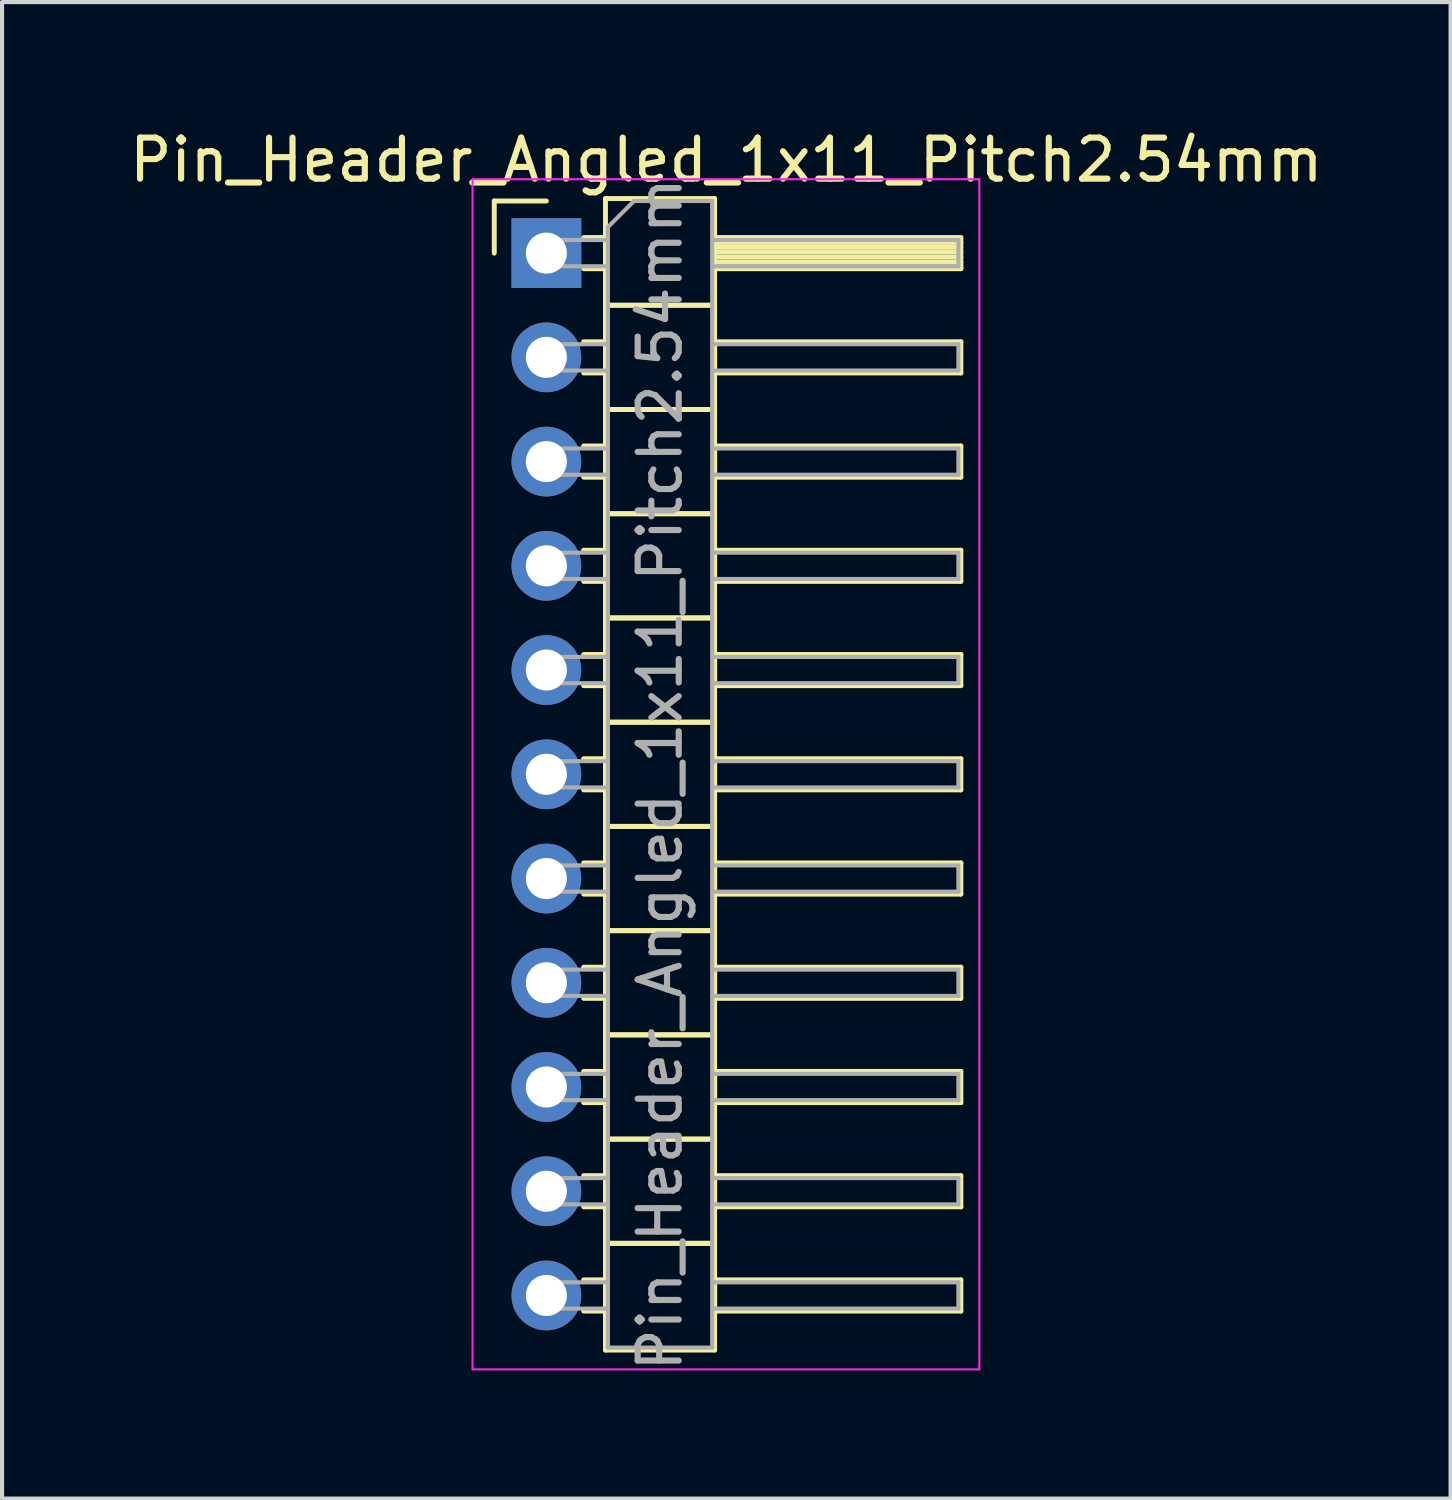
<source format=kicad_pcb>
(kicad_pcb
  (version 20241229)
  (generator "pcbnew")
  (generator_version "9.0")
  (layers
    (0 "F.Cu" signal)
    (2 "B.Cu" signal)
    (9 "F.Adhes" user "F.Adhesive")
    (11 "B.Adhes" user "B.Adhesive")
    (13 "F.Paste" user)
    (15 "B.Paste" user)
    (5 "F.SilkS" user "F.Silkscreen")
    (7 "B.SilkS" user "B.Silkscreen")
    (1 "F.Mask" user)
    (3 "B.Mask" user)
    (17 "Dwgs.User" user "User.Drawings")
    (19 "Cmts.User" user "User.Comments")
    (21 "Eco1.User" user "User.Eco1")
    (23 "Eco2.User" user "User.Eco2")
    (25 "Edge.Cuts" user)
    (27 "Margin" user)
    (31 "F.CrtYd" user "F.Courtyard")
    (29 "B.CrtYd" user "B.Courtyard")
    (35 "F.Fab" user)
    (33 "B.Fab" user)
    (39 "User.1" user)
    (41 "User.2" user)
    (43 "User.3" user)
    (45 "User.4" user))
  (footprint "Pin_Header_Angled_1x11_Pitch2.54mm"
    (layer "F.Cu")
    (at 10.264 3.118)
    (property "Reference" "Pin_Header_Angled_1x11_Pitch2.54mm" (at 4.385 -2.27 0) (layer "F.SilkS") (effects (font (size 1 1) (thickness 0.15))))
    (attr through_hole)
    (fp_line (start -1.27 -1.27) (end 0 -1.27) (stroke (width 0.12) (type solid)) (layer "F.SilkS"))
    (fp_line (start -1.27 0) (end -1.27 -1.27) (stroke (width 0.12) (type solid)) (layer "F.SilkS"))
    (fp_line (start 0.91 -0.38) (end 1.44 -0.38) (stroke (width 0.12) (type solid)) (layer "F.SilkS"))
    (fp_line (start 0.91 0.38) (end 1.44 0.38) (stroke (width 0.12) (type solid)) (layer "F.SilkS"))
    (fp_line (start 0.91 2.16) (end 1.44 2.16) (stroke (width 0.12) (type solid)) (layer "F.SilkS"))
    (fp_line (start 0.91 2.92) (end 1.44 2.92) (stroke (width 0.12) (type solid)) (layer "F.SilkS"))
    (fp_line (start 0.91 4.7) (end 1.44 4.7) (stroke (width 0.12) (type solid)) (layer "F.SilkS"))
    (fp_line (start 0.91 5.46) (end 1.44 5.46) (stroke (width 0.12) (type solid)) (layer "F.SilkS"))
    (fp_line (start 0.91 7.24) (end 1.44 7.24) (stroke (width 0.12) (type solid)) (layer "F.SilkS"))
    (fp_line (start 0.91 8) (end 1.44 8) (stroke (width 0.12) (type solid)) (layer "F.SilkS"))
    (fp_line (start 0.91 9.78) (end 1.44 9.78) (stroke (width 0.12) (type solid)) (layer "F.SilkS"))
    (fp_line (start 0.91 10.54) (end 1.44 10.54) (stroke (width 0.12) (type solid)) (layer "F.SilkS"))
    (fp_line (start 0.91 12.32) (end 1.44 12.32) (stroke (width 0.12) (type solid)) (layer "F.SilkS"))
    (fp_line (start 0.91 13.08) (end 1.44 13.08) (stroke (width 0.12) (type solid)) (layer "F.SilkS"))
    (fp_line (start 0.91 14.86) (end 1.44 14.86) (stroke (width 0.12) (type solid)) (layer "F.SilkS"))
    (fp_line (start 0.91 15.62) (end 1.44 15.62) (stroke (width 0.12) (type solid)) (layer "F.SilkS"))
    (fp_line (start 0.91 17.4) (end 1.44 17.4) (stroke (width 0.12) (type solid)) (layer "F.SilkS"))
    (fp_line (start 0.91 18.16) (end 1.44 18.16) (stroke (width 0.12) (type solid)) (layer "F.SilkS"))
    (fp_line (start 0.91 19.94) (end 1.44 19.94) (stroke (width 0.12) (type solid)) (layer "F.SilkS"))
    (fp_line (start 0.91 20.7) (end 1.44 20.7) (stroke (width 0.12) (type solid)) (layer "F.SilkS"))
    (fp_line (start 0.91 22.48) (end 1.44 22.48) (stroke (width 0.12) (type solid)) (layer "F.SilkS"))
    (fp_line (start 0.91 23.24) (end 1.44 23.24) (stroke (width 0.12) (type solid)) (layer "F.SilkS"))
    (fp_line (start 0.91 25.02) (end 1.44 25.02) (stroke (width 0.12) (type solid)) (layer "F.SilkS"))
    (fp_line (start 0.91 25.78) (end 1.44 25.78) (stroke (width 0.12) (type solid)) (layer "F.SilkS"))
    (fp_line (start 1.44 -1.33) (end 1.44 1.27) (stroke (width 0.12) (type solid)) (layer "F.SilkS"))
    (fp_line (start 1.44 1.27) (end 1.44 3.81) (stroke (width 0.12) (type solid)) (layer "F.SilkS"))
    (fp_line (start 1.44 1.27) (end 4.1 1.27) (stroke (width 0.12) (type solid)) (layer "F.SilkS"))
    (fp_line (start 1.44 3.81) (end 1.44 6.35) (stroke (width 0.12) (type solid)) (layer "F.SilkS"))
    (fp_line (start 1.44 3.81) (end 4.1 3.81) (stroke (width 0.12) (type solid)) (layer "F.SilkS"))
    (fp_line (start 1.44 6.35) (end 1.44 8.89) (stroke (width 0.12) (type solid)) (layer "F.SilkS"))
    (fp_line (start 1.44 6.35) (end 4.1 6.35) (stroke (width 0.12) (type solid)) (layer "F.SilkS"))
    (fp_line (start 1.44 8.89) (end 1.44 11.43) (stroke (width 0.12) (type solid)) (layer "F.SilkS"))
    (fp_line (start 1.44 8.89) (end 4.1 8.89) (stroke (width 0.12) (type solid)) (layer "F.SilkS"))
    (fp_line (start 1.44 11.43) (end 1.44 13.97) (stroke (width 0.12) (type solid)) (layer "F.SilkS"))
    (fp_line (start 1.44 11.43) (end 4.1 11.43) (stroke (width 0.12) (type solid)) (layer "F.SilkS"))
    (fp_line (start 1.44 13.97) (end 1.44 16.51) (stroke (width 0.12) (type solid)) (layer "F.SilkS"))
    (fp_line (start 1.44 13.97) (end 4.1 13.97) (stroke (width 0.12) (type solid)) (layer "F.SilkS"))
    (fp_line (start 1.44 16.51) (end 1.44 19.05) (stroke (width 0.12) (type solid)) (layer "F.SilkS"))
    (fp_line (start 1.44 16.51) (end 4.1 16.51) (stroke (width 0.12) (type solid)) (layer "F.SilkS"))
    (fp_line (start 1.44 19.05) (end 1.44 21.59) (stroke (width 0.12) (type solid)) (layer "F.SilkS"))
    (fp_line (start 1.44 19.05) (end 4.1 19.05) (stroke (width 0.12) (type solid)) (layer "F.SilkS"))
    (fp_line (start 1.44 21.59) (end 1.44 24.13) (stroke (width 0.12) (type solid)) (layer "F.SilkS"))
    (fp_line (start 1.44 21.59) (end 4.1 21.59) (stroke (width 0.12) (type solid)) (layer "F.SilkS"))
    (fp_line (start 1.44 24.13) (end 1.44 26.73) (stroke (width 0.12) (type solid)) (layer "F.SilkS"))
    (fp_line (start 1.44 24.13) (end 4.1 24.13) (stroke (width 0.12) (type solid)) (layer "F.SilkS"))
    (fp_line (start 1.44 26.73) (end 4.1 26.73) (stroke (width 0.12) (type solid)) (layer "F.SilkS"))
    (fp_line (start 4.1 -1.33) (end 1.44 -1.33) (stroke (width 0.12) (type solid)) (layer "F.SilkS"))
    (fp_line (start 4.1 -0.38) (end 4.1 0.38) (stroke (width 0.12) (type solid)) (layer "F.SilkS"))
    (fp_line (start 4.1 -0.26) (end 10.1 -0.26) (stroke (width 0.12) (type solid)) (layer "F.SilkS"))
    (fp_line (start 4.1 -0.14) (end 10.1 -0.14) (stroke (width 0.12) (type solid)) (layer "F.SilkS"))
    (fp_line (start 4.1 -0.02) (end 10.1 -0.02) (stroke (width 0.12) (type solid)) (layer "F.SilkS"))
    (fp_line (start 4.1 0.1) (end 10.1 0.1) (stroke (width 0.12) (type solid)) (layer "F.SilkS"))
    (fp_line (start 4.1 0.22) (end 10.1 0.22) (stroke (width 0.12) (type solid)) (layer "F.SilkS"))
    (fp_line (start 4.1 0.34) (end 10.1 0.34) (stroke (width 0.12) (type solid)) (layer "F.SilkS"))
    (fp_line (start 4.1 0.38) (end 10.1 0.38) (stroke (width 0.12) (type solid)) (layer "F.SilkS"))
    (fp_line (start 4.1 1.27) (end 1.44 1.27) (stroke (width 0.12) (type solid)) (layer "F.SilkS"))
    (fp_line (start 4.1 1.27) (end 4.1 -1.33) (stroke (width 0.12) (type solid)) (layer "F.SilkS"))
    (fp_line (start 4.1 2.16) (end 4.1 2.92) (stroke (width 0.12) (type solid)) (layer "F.SilkS"))
    (fp_line (start 4.1 2.92) (end 10.1 2.92) (stroke (width 0.12) (type solid)) (layer "F.SilkS"))
    (fp_line (start 4.1 3.81) (end 1.44 3.81) (stroke (width 0.12) (type solid)) (layer "F.SilkS"))
    (fp_line (start 4.1 3.81) (end 4.1 1.27) (stroke (width 0.12) (type solid)) (layer "F.SilkS"))
    (fp_line (start 4.1 4.7) (end 4.1 5.46) (stroke (width 0.12) (type solid)) (layer "F.SilkS"))
    (fp_line (start 4.1 5.46) (end 10.1 5.46) (stroke (width 0.12) (type solid)) (layer "F.SilkS"))
    (fp_line (start 4.1 6.35) (end 1.44 6.35) (stroke (width 0.12) (type solid)) (layer "F.SilkS"))
    (fp_line (start 4.1 6.35) (end 4.1 3.81) (stroke (width 0.12) (type solid)) (layer "F.SilkS"))
    (fp_line (start 4.1 7.24) (end 4.1 8) (stroke (width 0.12) (type solid)) (layer "F.SilkS"))
    (fp_line (start 4.1 8) (end 10.1 8) (stroke (width 0.12) (type solid)) (layer "F.SilkS"))
    (fp_line (start 4.1 8.89) (end 1.44 8.89) (stroke (width 0.12) (type solid)) (layer "F.SilkS"))
    (fp_line (start 4.1 8.89) (end 4.1 6.35) (stroke (width 0.12) (type solid)) (layer "F.SilkS"))
    (fp_line (start 4.1 9.78) (end 4.1 10.54) (stroke (width 0.12) (type solid)) (layer "F.SilkS"))
    (fp_line (start 4.1 10.54) (end 10.1 10.54) (stroke (width 0.12) (type solid)) (layer "F.SilkS"))
    (fp_line (start 4.1 11.43) (end 1.44 11.43) (stroke (width 0.12) (type solid)) (layer "F.SilkS"))
    (fp_line (start 4.1 11.43) (end 4.1 8.89) (stroke (width 0.12) (type solid)) (layer "F.SilkS"))
    (fp_line (start 4.1 12.32) (end 4.1 13.08) (stroke (width 0.12) (type solid)) (layer "F.SilkS"))
    (fp_line (start 4.1 13.08) (end 10.1 13.08) (stroke (width 0.12) (type solid)) (layer "F.SilkS"))
    (fp_line (start 4.1 13.97) (end 1.44 13.97) (stroke (width 0.12) (type solid)) (layer "F.SilkS"))
    (fp_line (start 4.1 13.97) (end 4.1 11.43) (stroke (width 0.12) (type solid)) (layer "F.SilkS"))
    (fp_line (start 4.1 14.86) (end 4.1 15.62) (stroke (width 0.12) (type solid)) (layer "F.SilkS"))
    (fp_line (start 4.1 15.62) (end 10.1 15.62) (stroke (width 0.12) (type solid)) (layer "F.SilkS"))
    (fp_line (start 4.1 16.51) (end 1.44 16.51) (stroke (width 0.12) (type solid)) (layer "F.SilkS"))
    (fp_line (start 4.1 16.51) (end 4.1 13.97) (stroke (width 0.12) (type solid)) (layer "F.SilkS"))
    (fp_line (start 4.1 17.4) (end 4.1 18.16) (stroke (width 0.12) (type solid)) (layer "F.SilkS"))
    (fp_line (start 4.1 18.16) (end 10.1 18.16) (stroke (width 0.12) (type solid)) (layer "F.SilkS"))
    (fp_line (start 4.1 19.05) (end 1.44 19.05) (stroke (width 0.12) (type solid)) (layer "F.SilkS"))
    (fp_line (start 4.1 19.05) (end 4.1 16.51) (stroke (width 0.12) (type solid)) (layer "F.SilkS"))
    (fp_line (start 4.1 19.94) (end 4.1 20.7) (stroke (width 0.12) (type solid)) (layer "F.SilkS"))
    (fp_line (start 4.1 20.7) (end 10.1 20.7) (stroke (width 0.12) (type solid)) (layer "F.SilkS"))
    (fp_line (start 4.1 21.59) (end 1.44 21.59) (stroke (width 0.12) (type solid)) (layer "F.SilkS"))
    (fp_line (start 4.1 21.59) (end 4.1 19.05) (stroke (width 0.12) (type solid)) (layer "F.SilkS"))
    (fp_line (start 4.1 22.48) (end 4.1 23.24) (stroke (width 0.12) (type solid)) (layer "F.SilkS"))
    (fp_line (start 4.1 23.24) (end 10.1 23.24) (stroke (width 0.12) (type solid)) (layer "F.SilkS"))
    (fp_line (start 4.1 24.13) (end 1.44 24.13) (stroke (width 0.12) (type solid)) (layer "F.SilkS"))
    (fp_line (start 4.1 24.13) (end 4.1 21.59) (stroke (width 0.12) (type solid)) (layer "F.SilkS"))
    (fp_line (start 4.1 25.02) (end 4.1 25.78) (stroke (width 0.12) (type solid)) (layer "F.SilkS"))
    (fp_line (start 4.1 25.78) (end 10.1 25.78) (stroke (width 0.12) (type solid)) (layer "F.SilkS"))
    (fp_line (start 4.1 26.73) (end 4.1 24.13) (stroke (width 0.12) (type solid)) (layer "F.SilkS"))
    (fp_line (start 10.1 -0.38) (end 4.1 -0.38) (stroke (width 0.12) (type solid)) (layer "F.SilkS"))
    (fp_line (start 10.1 0.38) (end 10.1 -0.38) (stroke (width 0.12) (type solid)) (layer "F.SilkS"))
    (fp_line (start 10.1 2.16) (end 4.1 2.16) (stroke (width 0.12) (type solid)) (layer "F.SilkS"))
    (fp_line (start 10.1 2.92) (end 10.1 2.16) (stroke (width 0.12) (type solid)) (layer "F.SilkS"))
    (fp_line (start 10.1 4.7) (end 4.1 4.7) (stroke (width 0.12) (type solid)) (layer "F.SilkS"))
    (fp_line (start 10.1 5.46) (end 10.1 4.7) (stroke (width 0.12) (type solid)) (layer "F.SilkS"))
    (fp_line (start 10.1 7.24) (end 4.1 7.24) (stroke (width 0.12) (type solid)) (layer "F.SilkS"))
    (fp_line (start 10.1 8) (end 10.1 7.24) (stroke (width 0.12) (type solid)) (layer "F.SilkS"))
    (fp_line (start 10.1 9.78) (end 4.1 9.78) (stroke (width 0.12) (type solid)) (layer "F.SilkS"))
    (fp_line (start 10.1 10.54) (end 10.1 9.78) (stroke (width 0.12) (type solid)) (layer "F.SilkS"))
    (fp_line (start 10.1 12.32) (end 4.1 12.32) (stroke (width 0.12) (type solid)) (layer "F.SilkS"))
    (fp_line (start 10.1 13.08) (end 10.1 12.32) (stroke (width 0.12) (type solid)) (layer "F.SilkS"))
    (fp_line (start 10.1 14.86) (end 4.1 14.86) (stroke (width 0.12) (type solid)) (layer "F.SilkS"))
    (fp_line (start 10.1 15.62) (end 10.1 14.86) (stroke (width 0.12) (type solid)) (layer "F.SilkS"))
    (fp_line (start 10.1 17.4) (end 4.1 17.4) (stroke (width 0.12) (type solid)) (layer "F.SilkS"))
    (fp_line (start 10.1 18.16) (end 10.1 17.4) (stroke (width 0.12) (type solid)) (layer "F.SilkS"))
    (fp_line (start 10.1 19.94) (end 4.1 19.94) (stroke (width 0.12) (type solid)) (layer "F.SilkS"))
    (fp_line (start 10.1 20.7) (end 10.1 19.94) (stroke (width 0.12) (type solid)) (layer "F.SilkS"))
    (fp_line (start 10.1 22.48) (end 4.1 22.48) (stroke (width 0.12) (type solid)) (layer "F.SilkS"))
    (fp_line (start 10.1 23.24) (end 10.1 22.48) (stroke (width 0.12) (type solid)) (layer "F.SilkS"))
    (fp_line (start 10.1 25.02) (end 4.1 25.02) (stroke (width 0.12) (type solid)) (layer "F.SilkS"))
    (fp_line (start 10.1 25.78) (end 10.1 25.02) (stroke (width 0.12) (type solid)) (layer "F.SilkS"))
    (fp_line (start -1.8 -1.8) (end -1.8 27.2) (stroke (width 0.05) (type solid)) (layer "F.CrtYd"))
    (fp_line (start -1.8 27.2) (end 10.55 27.2) (stroke (width 0.05) (type solid)) (layer "F.CrtYd"))
    (fp_line (start 10.55 -1.8) (end -1.8 -1.8) (stroke (width 0.05) (type solid)) (layer "F.CrtYd"))
    (fp_line (start 10.55 27.2) (end 10.55 -1.8) (stroke (width 0.05) (type solid)) (layer "F.CrtYd"))
    (fp_line (start -0.32 -0.32) (end -0.32 0.32) (stroke (width 0.1) (type solid)) (layer "F.Fab"))
    (fp_line (start -0.32 -0.32) (end 1.5 -0.32) (stroke (width 0.1) (type solid)) (layer "F.Fab"))
    (fp_line (start -0.32 0.32) (end 1.5 0.32) (stroke (width 0.1) (type solid)) (layer "F.Fab"))
    (fp_line (start -0.32 2.22) (end -0.32 2.86) (stroke (width 0.1) (type solid)) (layer "F.Fab"))
    (fp_line (start -0.32 2.22) (end 1.5 2.22) (stroke (width 0.1) (type solid)) (layer "F.Fab"))
    (fp_line (start -0.32 2.86) (end 1.5 2.86) (stroke (width 0.1) (type solid)) (layer "F.Fab"))
    (fp_line (start -0.32 4.76) (end -0.32 5.4) (stroke (width 0.1) (type solid)) (layer "F.Fab"))
    (fp_line (start -0.32 4.76) (end 1.5 4.76) (stroke (width 0.1) (type solid)) (layer "F.Fab"))
    (fp_line (start -0.32 5.4) (end 1.5 5.4) (stroke (width 0.1) (type solid)) (layer "F.Fab"))
    (fp_line (start -0.32 7.3) (end -0.32 7.94) (stroke (width 0.1) (type solid)) (layer "F.Fab"))
    (fp_line (start -0.32 7.3) (end 1.5 7.3) (stroke (width 0.1) (type solid)) (layer "F.Fab"))
    (fp_line (start -0.32 7.94) (end 1.5 7.94) (stroke (width 0.1) (type solid)) (layer "F.Fab"))
    (fp_line (start -0.32 9.84) (end -0.32 10.48) (stroke (width 0.1) (type solid)) (layer "F.Fab"))
    (fp_line (start -0.32 9.84) (end 1.5 9.84) (stroke (width 0.1) (type solid)) (layer "F.Fab"))
    (fp_line (start -0.32 10.48) (end 1.5 10.48) (stroke (width 0.1) (type solid)) (layer "F.Fab"))
    (fp_line (start -0.32 12.38) (end -0.32 13.02) (stroke (width 0.1) (type solid)) (layer "F.Fab"))
    (fp_line (start -0.32 12.38) (end 1.5 12.38) (stroke (width 0.1) (type solid)) (layer "F.Fab"))
    (fp_line (start -0.32 13.02) (end 1.5 13.02) (stroke (width 0.1) (type solid)) (layer "F.Fab"))
    (fp_line (start -0.32 14.92) (end -0.32 15.56) (stroke (width 0.1) (type solid)) (layer "F.Fab"))
    (fp_line (start -0.32 14.92) (end 1.5 14.92) (stroke (width 0.1) (type solid)) (layer "F.Fab"))
    (fp_line (start -0.32 15.56) (end 1.5 15.56) (stroke (width 0.1) (type solid)) (layer "F.Fab"))
    (fp_line (start -0.32 17.46) (end -0.32 18.1) (stroke (width 0.1) (type solid)) (layer "F.Fab"))
    (fp_line (start -0.32 17.46) (end 1.5 17.46) (stroke (width 0.1) (type solid)) (layer "F.Fab"))
    (fp_line (start -0.32 18.1) (end 1.5 18.1) (stroke (width 0.1) (type solid)) (layer "F.Fab"))
    (fp_line (start -0.32 20) (end -0.32 20.64) (stroke (width 0.1) (type solid)) (layer "F.Fab"))
    (fp_line (start -0.32 20) (end 1.5 20) (stroke (width 0.1) (type solid)) (layer "F.Fab"))
    (fp_line (start -0.32 20.64) (end 1.5 20.64) (stroke (width 0.1) (type solid)) (layer "F.Fab"))
    (fp_line (start -0.32 22.54) (end -0.32 23.18) (stroke (width 0.1) (type solid)) (layer "F.Fab"))
    (fp_line (start -0.32 22.54) (end 1.5 22.54) (stroke (width 0.1) (type solid)) (layer "F.Fab"))
    (fp_line (start -0.32 23.18) (end 1.5 23.18) (stroke (width 0.1) (type solid)) (layer "F.Fab"))
    (fp_line (start -0.32 25.08) (end -0.32 25.72) (stroke (width 0.1) (type solid)) (layer "F.Fab"))
    (fp_line (start -0.32 25.08) (end 1.5 25.08) (stroke (width 0.1) (type solid)) (layer "F.Fab"))
    (fp_line (start -0.32 25.72) (end 1.5 25.72) (stroke (width 0.1) (type solid)) (layer "F.Fab"))
    (fp_line (start 1.5 -0.635) (end 2.135 -1.27) (stroke (width 0.1) (type solid)) (layer "F.Fab"))
    (fp_line (start 1.5 26.67) (end 1.5 -0.635) (stroke (width 0.1) (type solid)) (layer "F.Fab"))
    (fp_line (start 2.135 -1.27) (end 4.04 -1.27) (stroke (width 0.1) (type solid)) (layer "F.Fab"))
    (fp_line (start 4.04 -1.27) (end 4.04 26.67) (stroke (width 0.1) (type solid)) (layer "F.Fab"))
    (fp_line (start 4.04 -0.32) (end 10.04 -0.32) (stroke (width 0.1) (type solid)) (layer "F.Fab"))
    (fp_line (start 4.04 0.32) (end 10.04 0.32) (stroke (width 0.1) (type solid)) (layer "F.Fab"))
    (fp_line (start 4.04 2.22) (end 10.04 2.22) (stroke (width 0.1) (type solid)) (layer "F.Fab"))
    (fp_line (start 4.04 2.86) (end 10.04 2.86) (stroke (width 0.1) (type solid)) (layer "F.Fab"))
    (fp_line (start 4.04 4.76) (end 10.04 4.76) (stroke (width 0.1) (type solid)) (layer "F.Fab"))
    (fp_line (start 4.04 5.4) (end 10.04 5.4) (stroke (width 0.1) (type solid)) (layer "F.Fab"))
    (fp_line (start 4.04 7.3) (end 10.04 7.3) (stroke (width 0.1) (type solid)) (layer "F.Fab"))
    (fp_line (start 4.04 7.94) (end 10.04 7.94) (stroke (width 0.1) (type solid)) (layer "F.Fab"))
    (fp_line (start 4.04 9.84) (end 10.04 9.84) (stroke (width 0.1) (type solid)) (layer "F.Fab"))
    (fp_line (start 4.04 10.48) (end 10.04 10.48) (stroke (width 0.1) (type solid)) (layer "F.Fab"))
    (fp_line (start 4.04 12.38) (end 10.04 12.38) (stroke (width 0.1) (type solid)) (layer "F.Fab"))
    (fp_line (start 4.04 13.02) (end 10.04 13.02) (stroke (width 0.1) (type solid)) (layer "F.Fab"))
    (fp_line (start 4.04 14.92) (end 10.04 14.92) (stroke (width 0.1) (type solid)) (layer "F.Fab"))
    (fp_line (start 4.04 15.56) (end 10.04 15.56) (stroke (width 0.1) (type solid)) (layer "F.Fab"))
    (fp_line (start 4.04 17.46) (end 10.04 17.46) (stroke (width 0.1) (type solid)) (layer "F.Fab"))
    (fp_line (start 4.04 18.1) (end 10.04 18.1) (stroke (width 0.1) (type solid)) (layer "F.Fab"))
    (fp_line (start 4.04 20) (end 10.04 20) (stroke (width 0.1) (type solid)) (layer "F.Fab"))
    (fp_line (start 4.04 20.64) (end 10.04 20.64) (stroke (width 0.1) (type solid)) (layer "F.Fab"))
    (fp_line (start 4.04 22.54) (end 10.04 22.54) (stroke (width 0.1) (type solid)) (layer "F.Fab"))
    (fp_line (start 4.04 23.18) (end 10.04 23.18) (stroke (width 0.1) (type solid)) (layer "F.Fab"))
    (fp_line (start 4.04 25.08) (end 10.04 25.08) (stroke (width 0.1) (type solid)) (layer "F.Fab"))
    (fp_line (start 4.04 25.72) (end 10.04 25.72) (stroke (width 0.1) (type solid)) (layer "F.Fab"))
    (fp_line (start 4.04 26.67) (end 1.5 26.67) (stroke (width 0.1) (type solid)) (layer "F.Fab"))
    (fp_line (start 10.04 -0.32) (end 10.04 0.32) (stroke (width 0.1) (type solid)) (layer "F.Fab"))
    (fp_line (start 10.04 2.22) (end 10.04 2.86) (stroke (width 0.1) (type solid)) (layer "F.Fab"))
    (fp_line (start 10.04 4.76) (end 10.04 5.4) (stroke (width 0.1) (type solid)) (layer "F.Fab"))
    (fp_line (start 10.04 7.3) (end 10.04 7.94) (stroke (width 0.1) (type solid)) (layer "F.Fab"))
    (fp_line (start 10.04 9.84) (end 10.04 10.48) (stroke (width 0.1) (type solid)) (layer "F.Fab"))
    (fp_line (start 10.04 12.38) (end 10.04 13.02) (stroke (width 0.1) (type solid)) (layer "F.Fab"))
    (fp_line (start 10.04 14.92) (end 10.04 15.56) (stroke (width 0.1) (type solid)) (layer "F.Fab"))
    (fp_line (start 10.04 17.46) (end 10.04 18.1) (stroke (width 0.1) (type solid)) (layer "F.Fab"))
    (fp_line (start 10.04 20) (end 10.04 20.64) (stroke (width 0.1) (type solid)) (layer "F.Fab"))
    (fp_line (start 10.04 22.54) (end 10.04 23.18) (stroke (width 0.1) (type solid)) (layer "F.Fab"))
    (fp_line (start 10.04 25.08) (end 10.04 25.72) (stroke (width 0.1) (type solid)) (layer "F.Fab"))
    (fp_text user "${REFERENCE}" (at 2.77 12.7 90) (layer "F.Fab") (effects (font (size 1 1) (thickness 0.15))))
    (pad "1" thru_hole rect (at 0 0) (size 1.7 1.7) (drill 1) (layers "*.Cu" "*.Mask"))
    (pad "2" thru_hole oval (at 0 2.54) (size 1.7 1.7) (drill 1) (layers "*.Cu" "*.Mask"))
    (pad "3" thru_hole oval (at 0 5.08) (size 1.7 1.7) (drill 1) (layers "*.Cu" "*.Mask"))
    (pad "4" thru_hole oval (at 0 7.62) (size 1.7 1.7) (drill 1) (layers "*.Cu" "*.Mask"))
    (pad "5" thru_hole oval (at 0 10.16) (size 1.7 1.7) (drill 1) (layers "*.Cu" "*.Mask"))
    (pad "6" thru_hole oval (at 0 12.7) (size 1.7 1.7) (drill 1) (layers "*.Cu" "*.Mask"))
    (pad "7" thru_hole oval (at 0 15.24) (size 1.7 1.7) (drill 1) (layers "*.Cu" "*.Mask"))
    (pad "8" thru_hole oval (at 0 17.78) (size 1.7 1.7) (drill 1) (layers "*.Cu" "*.Mask"))
    (pad "9" thru_hole oval (at 0 20.32) (size 1.7 1.7) (drill 1) (layers "*.Cu" "*.Mask"))
    (pad "10" thru_hole oval (at 0 22.86) (size 1.7 1.7) (drill 1) (layers "*.Cu" "*.Mask"))
    (pad "11" thru_hole oval (at 0 25.4) (size 1.7 1.7) (drill 1) (layers "*.Cu" "*.Mask")))
  (gr_rect
    (start -3 -3)
    (end 32.298 33.467)
    (stroke (width 0.1) (type default))
    (fill no)
    (layer "Edge.Cuts")))
</source>
